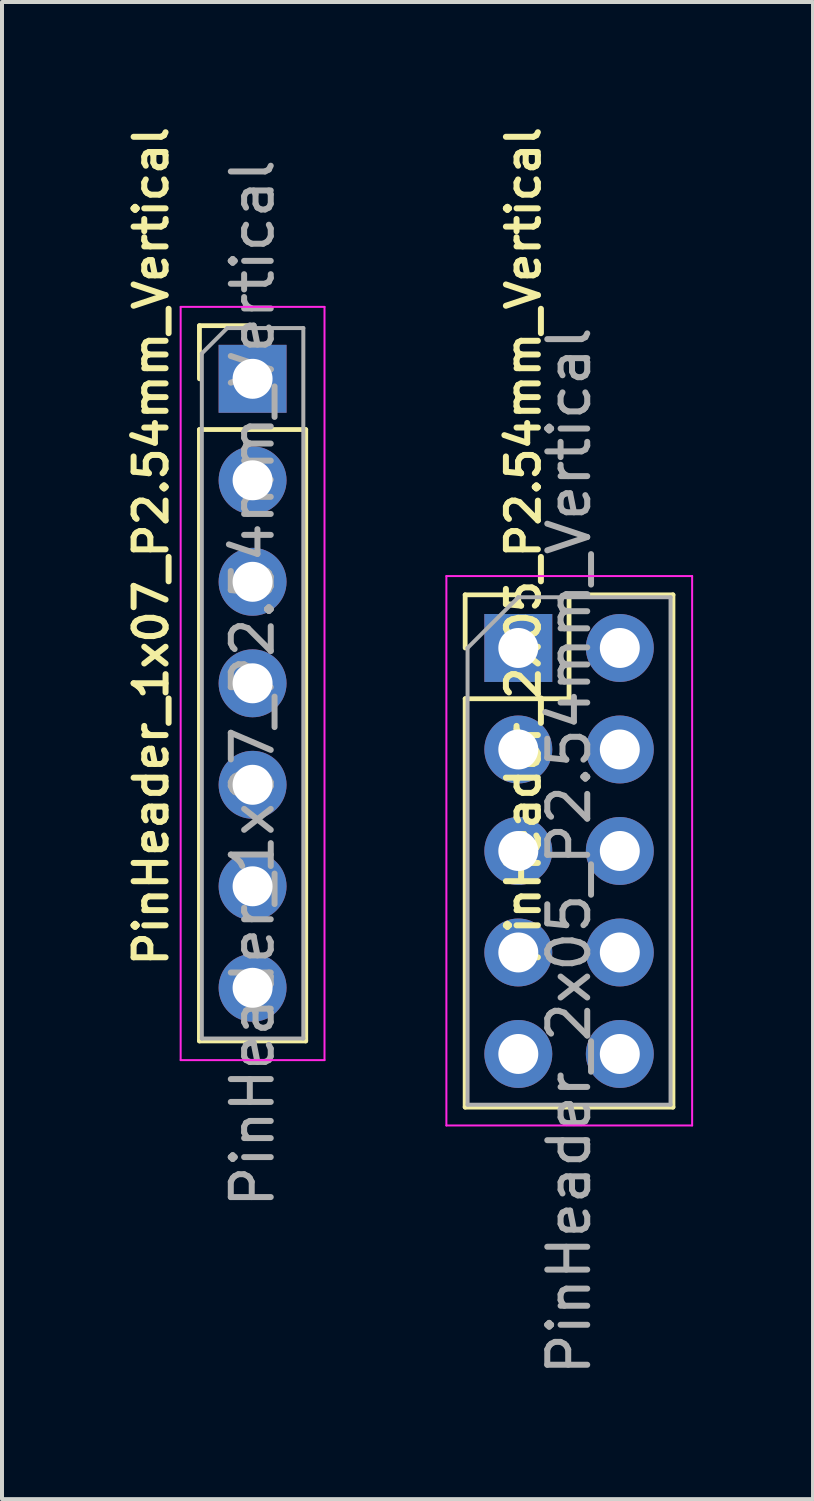
<source format=kicad_pcb>
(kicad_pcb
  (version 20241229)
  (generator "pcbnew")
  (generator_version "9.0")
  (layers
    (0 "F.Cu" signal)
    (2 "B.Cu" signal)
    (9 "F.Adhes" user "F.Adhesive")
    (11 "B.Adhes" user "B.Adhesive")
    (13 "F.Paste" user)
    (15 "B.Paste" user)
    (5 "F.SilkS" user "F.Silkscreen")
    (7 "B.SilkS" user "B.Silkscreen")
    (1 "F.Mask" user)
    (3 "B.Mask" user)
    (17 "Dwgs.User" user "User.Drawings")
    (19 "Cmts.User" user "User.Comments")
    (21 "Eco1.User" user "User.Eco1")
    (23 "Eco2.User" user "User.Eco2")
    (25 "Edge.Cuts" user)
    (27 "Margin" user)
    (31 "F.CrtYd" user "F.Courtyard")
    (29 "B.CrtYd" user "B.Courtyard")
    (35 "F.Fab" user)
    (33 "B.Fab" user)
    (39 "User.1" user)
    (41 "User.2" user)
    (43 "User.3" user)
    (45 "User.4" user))
  (footprint "PinHeader_1x07_P2.54mm_Vertical"
    (layer "F.Cu")
    (at 3.271 6.43)
    (property "Reference" "PinHeader_1x07_P2.54mm_Vertical" (at -2.54 4.191 90) (layer "F.SilkS") (effects (font (size 0.8 0.8) (thickness 0.15))))
    (attr through_hole)
    (fp_line (start -1.33 -1.33) (end 0 -1.33) (stroke (width 0.12) (type solid)) (layer "F.SilkS"))
    (fp_line (start -1.33 0) (end -1.33 -1.33) (stroke (width 0.12) (type solid)) (layer "F.SilkS"))
    (fp_line (start -1.33 1.27) (end -1.33 16.57) (stroke (width 0.12) (type solid)) (layer "F.SilkS"))
    (fp_line (start -1.33 1.27) (end 1.33 1.27) (stroke (width 0.12) (type solid)) (layer "F.SilkS"))
    (fp_line (start -1.33 16.57) (end 1.33 16.57) (stroke (width 0.12) (type solid)) (layer "F.SilkS"))
    (fp_line (start 1.33 1.27) (end 1.33 16.57) (stroke (width 0.12) (type solid)) (layer "F.SilkS"))
    (fp_line (start -1.8 -1.8) (end -1.8 17.05) (stroke (width 0.05) (type solid)) (layer "F.CrtYd"))
    (fp_line (start -1.8 17.05) (end 1.8 17.05) (stroke (width 0.05) (type solid)) (layer "F.CrtYd"))
    (fp_line (start 1.8 -1.8) (end -1.8 -1.8) (stroke (width 0.05) (type solid)) (layer "F.CrtYd"))
    (fp_line (start 1.8 17.05) (end 1.8 -1.8) (stroke (width 0.05) (type solid)) (layer "F.CrtYd"))
    (fp_line (start -1.27 -0.635) (end -0.635 -1.27) (stroke (width 0.1) (type solid)) (layer "F.Fab"))
    (fp_line (start -1.27 16.51) (end -1.27 -0.635) (stroke (width 0.1) (type solid)) (layer "F.Fab"))
    (fp_line (start -0.635 -1.27) (end 1.27 -1.27) (stroke (width 0.1) (type solid)) (layer "F.Fab"))
    (fp_line (start 1.27 -1.27) (end 1.27 16.51) (stroke (width 0.1) (type solid)) (layer "F.Fab"))
    (fp_line (start 1.27 16.51) (end -1.27 16.51) (stroke (width 0.1) (type solid)) (layer "F.Fab"))
    (fp_text user "${REFERENCE}" (at 0 7.62 90) (layer "F.Fab") (effects (font (size 1 1) (thickness 0.15))))
    (pad "1" thru_hole rect (at 0 0) (size 1.7 1.7) (drill 1) (layers "*.Cu" "*.Mask"))
    (pad "2" thru_hole oval (at 0 2.54) (size 1.7 1.7) (drill 1) (layers "*.Cu" "*.Mask"))
    (pad "3" thru_hole oval (at 0 5.08) (size 1.7 1.7) (drill 1) (layers "*.Cu" "*.Mask"))
    (pad "4" thru_hole oval (at 0 7.62) (size 1.7 1.7) (drill 1) (layers "*.Cu" "*.Mask"))
    (pad "5" thru_hole oval (at 0 10.16) (size 1.7 1.7) (drill 1) (layers "*.Cu" "*.Mask"))
    (pad "6" thru_hole oval (at 0 12.7) (size 1.7 1.7) (drill 1) (layers "*.Cu" "*.Mask"))
    (pad "7" thru_hole oval (at 0 15.24) (size 1.7 1.7) (drill 1) (layers "*.Cu" "*.Mask")))
  (footprint "PinHeader_2x05_P2.54mm_Vertical"
    (layer "F.Cu")
    (at 9.921 13.166)
    (property "Reference" "PinHeader_2x05_P2.54mm_Vertical" (at 0.127 -2.545 270) (layer "F.SilkS") (effects (font (size 0.8 0.8) (thickness 0.15))))
    (attr through_hole)
    (fp_line (start -1.33 -1.33) (end 0 -1.33) (stroke (width 0.12) (type solid)) (layer "F.SilkS"))
    (fp_line (start -1.33 0) (end -1.33 -1.33) (stroke (width 0.12) (type solid)) (layer "F.SilkS"))
    (fp_line (start -1.33 1.27) (end -1.33 11.49) (stroke (width 0.12) (type solid)) (layer "F.SilkS"))
    (fp_line (start -1.33 1.27) (end 1.27 1.27) (stroke (width 0.12) (type solid)) (layer "F.SilkS"))
    (fp_line (start -1.33 11.49) (end 3.87 11.49) (stroke (width 0.12) (type solid)) (layer "F.SilkS"))
    (fp_line (start 1.27 -1.33) (end 3.87 -1.33) (stroke (width 0.12) (type solid)) (layer "F.SilkS"))
    (fp_line (start 1.27 1.27) (end 1.27 -1.33) (stroke (width 0.12) (type solid)) (layer "F.SilkS"))
    (fp_line (start 3.87 -1.33) (end 3.87 11.49) (stroke (width 0.12) (type solid)) (layer "F.SilkS"))
    (fp_line (start -1.8 -1.8) (end -1.8 11.95) (stroke (width 0.05) (type solid)) (layer "F.CrtYd"))
    (fp_line (start -1.8 11.95) (end 4.35 11.95) (stroke (width 0.05) (type solid)) (layer "F.CrtYd"))
    (fp_line (start 4.35 -1.8) (end -1.8 -1.8) (stroke (width 0.05) (type solid)) (layer "F.CrtYd"))
    (fp_line (start 4.35 11.95) (end 4.35 -1.8) (stroke (width 0.05) (type solid)) (layer "F.CrtYd"))
    (fp_line (start -1.27 0) (end 0 -1.27) (stroke (width 0.1) (type solid)) (layer "F.Fab"))
    (fp_line (start -1.27 11.43) (end -1.27 0) (stroke (width 0.1) (type solid)) (layer "F.Fab"))
    (fp_line (start 0 -1.27) (end 3.81 -1.27) (stroke (width 0.1) (type solid)) (layer "F.Fab"))
    (fp_line (start 3.81 -1.27) (end 3.81 11.43) (stroke (width 0.1) (type solid)) (layer "F.Fab"))
    (fp_line (start 3.81 11.43) (end -1.27 11.43) (stroke (width 0.1) (type solid)) (layer "F.Fab"))
    (fp_text user "${REFERENCE}" (at 1.27 5.08 90) (layer "F.Fab") (effects (font (size 1 1) (thickness 0.15))))
    (pad "1" thru_hole rect (at 0 0) (size 1.7 1.7) (drill 1) (layers "*.Cu" "*.Mask"))
    (pad "2" thru_hole oval (at 2.54 0) (size 1.7 1.7) (drill 1) (layers "*.Cu" "*.Mask"))
    (pad "3" thru_hole oval (at 0 2.54) (size 1.7 1.7) (drill 1) (layers "*.Cu" "*.Mask"))
    (pad "4" thru_hole oval (at 2.54 2.54) (size 1.7 1.7) (drill 1) (layers "*.Cu" "*.Mask"))
    (pad "5" thru_hole oval (at 0 5.08) (size 1.7 1.7) (drill 1) (layers "*.Cu" "*.Mask"))
    (pad "6" thru_hole oval (at 2.54 5.08) (size 1.7 1.7) (drill 1) (layers "*.Cu" "*.Mask"))
    (pad "7" thru_hole oval (at 0 7.62) (size 1.7 1.7) (drill 1) (layers "*.Cu" "*.Mask"))
    (pad "8" thru_hole oval (at 2.54 7.62) (size 1.7 1.7) (drill 1) (layers "*.Cu" "*.Mask"))
    (pad "9" thru_hole oval (at 0 10.16) (size 1.7 1.7) (drill 1) (layers "*.Cu" "*.Mask"))
    (pad "10" thru_hole oval (at 2.54 10.16) (size 1.7 1.7) (drill 1) (layers "*.Cu" "*.Mask")))
  (gr_rect
    (start -3 -3)
    (end 17.296 34.466)
    (stroke (width 0.1) (type default))
    (fill no)
    (layer "Edge.Cuts")))
</source>
